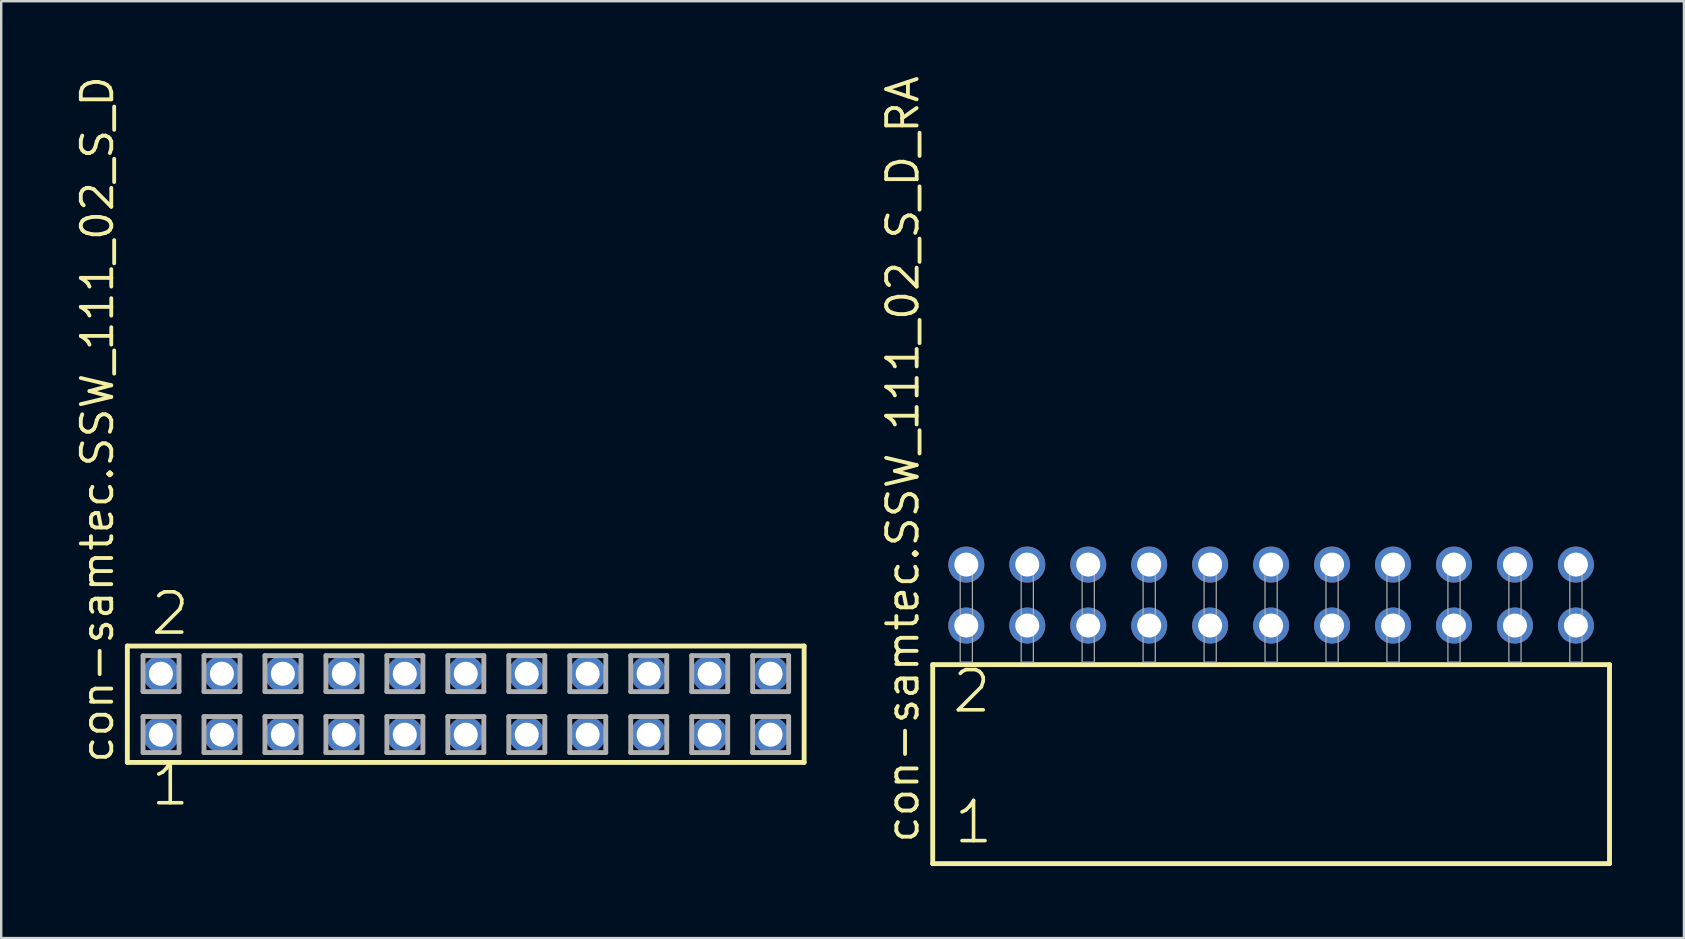
<source format=kicad_pcb>
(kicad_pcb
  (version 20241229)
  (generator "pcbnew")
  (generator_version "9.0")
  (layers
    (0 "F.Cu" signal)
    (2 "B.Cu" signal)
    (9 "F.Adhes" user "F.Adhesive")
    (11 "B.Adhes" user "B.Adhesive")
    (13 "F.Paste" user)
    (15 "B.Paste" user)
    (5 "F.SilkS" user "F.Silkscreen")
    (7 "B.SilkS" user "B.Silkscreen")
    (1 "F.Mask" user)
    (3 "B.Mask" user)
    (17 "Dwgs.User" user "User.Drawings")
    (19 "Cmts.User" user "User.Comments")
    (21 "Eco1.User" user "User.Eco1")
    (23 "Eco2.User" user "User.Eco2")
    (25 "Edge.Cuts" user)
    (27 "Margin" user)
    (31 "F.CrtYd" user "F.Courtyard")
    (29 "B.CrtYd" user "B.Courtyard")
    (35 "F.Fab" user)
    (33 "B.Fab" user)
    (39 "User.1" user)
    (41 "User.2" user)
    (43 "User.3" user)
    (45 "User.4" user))
  (footprint "con-samtec.SSW_111_02_S_D"
    (layer "F.Cu")
    (at 16.355 26.291)
    (property "Reference" "con-samtec.SSW_111_02_S_D" (at -14.605 2.54 90) (layer "F.SilkS") (effects (font (size 1.27 1.27) (thickness 0.16)) (justify left bottom)))
    (attr through_hole)
    (fp_line (start -14.099 -2.425) (end 14.099 -2.425) (stroke (width 0.203) (type default)) (layer "F.SilkS"))
    (fp_line (start -14.099 2.425) (end -14.099 -2.425) (stroke (width 0.203) (type default)) (layer "F.SilkS"))
    (fp_line (start 14.099 -2.425) (end 14.099 2.425) (stroke (width 0.203) (type default)) (layer "F.SilkS"))
    (fp_line (start 14.099 2.425) (end -14.099 2.425) (stroke (width 0.203) (type default)) (layer "F.SilkS"))
    (fp_line (start -13.445 -2.025) (end -11.945 -2.025) (stroke (width 0.203) (type default)) (layer "F.Fab"))
    (fp_line (start -13.445 -0.525) (end -13.445 -2.025) (stroke (width 0.203) (type default)) (layer "F.Fab"))
    (fp_line (start -13.445 0.515) (end -11.945 0.515) (stroke (width 0.203) (type default)) (layer "F.Fab"))
    (fp_line (start -13.445 2.015) (end -13.445 0.515) (stroke (width 0.203) (type default)) (layer "F.Fab"))
    (fp_line (start -11.945 -2.025) (end -11.945 -0.525) (stroke (width 0.203) (type default)) (layer "F.Fab"))
    (fp_line (start -11.945 -0.525) (end -13.445 -0.525) (stroke (width 0.203) (type default)) (layer "F.Fab"))
    (fp_line (start -11.945 0.515) (end -11.945 2.015) (stroke (width 0.203) (type default)) (layer "F.Fab"))
    (fp_line (start -11.945 2.015) (end -13.445 2.015) (stroke (width 0.203) (type default)) (layer "F.Fab"))
    (fp_line (start -10.905 -2.025) (end -9.405 -2.025) (stroke (width 0.203) (type default)) (layer "F.Fab"))
    (fp_line (start -10.905 -0.525) (end -10.905 -2.025) (stroke (width 0.203) (type default)) (layer "F.Fab"))
    (fp_line (start -10.905 0.515) (end -9.405 0.515) (stroke (width 0.203) (type default)) (layer "F.Fab"))
    (fp_line (start -10.905 2.015) (end -10.905 0.515) (stroke (width 0.203) (type default)) (layer "F.Fab"))
    (fp_line (start -9.405 -2.025) (end -9.405 -0.525) (stroke (width 0.203) (type default)) (layer "F.Fab"))
    (fp_line (start -9.405 -0.525) (end -10.905 -0.525) (stroke (width 0.203) (type default)) (layer "F.Fab"))
    (fp_line (start -9.405 0.515) (end -9.405 2.015) (stroke (width 0.203) (type default)) (layer "F.Fab"))
    (fp_line (start -9.405 2.015) (end -10.905 2.015) (stroke (width 0.203) (type default)) (layer "F.Fab"))
    (fp_line (start -8.365 -2.025) (end -6.865 -2.025) (stroke (width 0.203) (type default)) (layer "F.Fab"))
    (fp_line (start -8.365 -0.525) (end -8.365 -2.025) (stroke (width 0.203) (type default)) (layer "F.Fab"))
    (fp_line (start -8.365 0.515) (end -6.865 0.515) (stroke (width 0.203) (type default)) (layer "F.Fab"))
    (fp_line (start -8.365 2.015) (end -8.365 0.515) (stroke (width 0.203) (type default)) (layer "F.Fab"))
    (fp_line (start -6.865 -2.025) (end -6.865 -0.525) (stroke (width 0.203) (type default)) (layer "F.Fab"))
    (fp_line (start -6.865 -0.525) (end -8.365 -0.525) (stroke (width 0.203) (type default)) (layer "F.Fab"))
    (fp_line (start -6.865 0.515) (end -6.865 2.015) (stroke (width 0.203) (type default)) (layer "F.Fab"))
    (fp_line (start -6.865 2.015) (end -8.365 2.015) (stroke (width 0.203) (type default)) (layer "F.Fab"))
    (fp_line (start -5.825 -2.025) (end -4.325 -2.025) (stroke (width 0.203) (type default)) (layer "F.Fab"))
    (fp_line (start -5.825 -0.525) (end -5.825 -2.025) (stroke (width 0.203) (type default)) (layer "F.Fab"))
    (fp_line (start -5.825 0.515) (end -4.325 0.515) (stroke (width 0.203) (type default)) (layer "F.Fab"))
    (fp_line (start -5.825 2.015) (end -5.825 0.515) (stroke (width 0.203) (type default)) (layer "F.Fab"))
    (fp_line (start -4.325 -2.025) (end -4.325 -0.525) (stroke (width 0.203) (type default)) (layer "F.Fab"))
    (fp_line (start -4.325 -0.525) (end -5.825 -0.525) (stroke (width 0.203) (type default)) (layer "F.Fab"))
    (fp_line (start -4.325 0.515) (end -4.325 2.015) (stroke (width 0.203) (type default)) (layer "F.Fab"))
    (fp_line (start -4.325 2.015) (end -5.825 2.015) (stroke (width 0.203) (type default)) (layer "F.Fab"))
    (fp_line (start -3.285 -2.025) (end -1.785 -2.025) (stroke (width 0.203) (type default)) (layer "F.Fab"))
    (fp_line (start -3.285 -0.525) (end -3.285 -2.025) (stroke (width 0.203) (type default)) (layer "F.Fab"))
    (fp_line (start -3.285 0.515) (end -1.785 0.515) (stroke (width 0.203) (type default)) (layer "F.Fab"))
    (fp_line (start -3.285 2.015) (end -3.285 0.515) (stroke (width 0.203) (type default)) (layer "F.Fab"))
    (fp_line (start -1.785 -2.025) (end -1.785 -0.525) (stroke (width 0.203) (type default)) (layer "F.Fab"))
    (fp_line (start -1.785 -0.525) (end -3.285 -0.525) (stroke (width 0.203) (type default)) (layer "F.Fab"))
    (fp_line (start -1.785 0.515) (end -1.785 2.015) (stroke (width 0.203) (type default)) (layer "F.Fab"))
    (fp_line (start -1.785 2.015) (end -3.285 2.015) (stroke (width 0.203) (type default)) (layer "F.Fab"))
    (fp_line (start -0.745 -2.025) (end 0.755 -2.025) (stroke (width 0.203) (type default)) (layer "F.Fab"))
    (fp_line (start -0.745 -0.525) (end -0.745 -2.025) (stroke (width 0.203) (type default)) (layer "F.Fab"))
    (fp_line (start -0.745 0.515) (end 0.755 0.515) (stroke (width 0.203) (type default)) (layer "F.Fab"))
    (fp_line (start -0.745 2.015) (end -0.745 0.515) (stroke (width 0.203) (type default)) (layer "F.Fab"))
    (fp_line (start 0.755 -2.025) (end 0.755 -0.525) (stroke (width 0.203) (type default)) (layer "F.Fab"))
    (fp_line (start 0.755 -0.525) (end -0.745 -0.525) (stroke (width 0.203) (type default)) (layer "F.Fab"))
    (fp_line (start 0.755 0.515) (end 0.755 2.015) (stroke (width 0.203) (type default)) (layer "F.Fab"))
    (fp_line (start 0.755 2.015) (end -0.745 2.015) (stroke (width 0.203) (type default)) (layer "F.Fab"))
    (fp_line (start 1.795 -2.025) (end 3.295 -2.025) (stroke (width 0.203) (type default)) (layer "F.Fab"))
    (fp_line (start 1.795 -0.525) (end 1.795 -2.025) (stroke (width 0.203) (type default)) (layer "F.Fab"))
    (fp_line (start 1.795 0.515) (end 3.295 0.515) (stroke (width 0.203) (type default)) (layer "F.Fab"))
    (fp_line (start 1.795 2.015) (end 1.795 0.515) (stroke (width 0.203) (type default)) (layer "F.Fab"))
    (fp_line (start 3.295 -2.025) (end 3.295 -0.525) (stroke (width 0.203) (type default)) (layer "F.Fab"))
    (fp_line (start 3.295 -0.525) (end 1.795 -0.525) (stroke (width 0.203) (type default)) (layer "F.Fab"))
    (fp_line (start 3.295 0.515) (end 3.295 2.015) (stroke (width 0.203) (type default)) (layer "F.Fab"))
    (fp_line (start 3.295 2.015) (end 1.795 2.015) (stroke (width 0.203) (type default)) (layer "F.Fab"))
    (fp_line (start 4.335 -2.025) (end 5.835 -2.025) (stroke (width 0.203) (type default)) (layer "F.Fab"))
    (fp_line (start 4.335 -0.525) (end 4.335 -2.025) (stroke (width 0.203) (type default)) (layer "F.Fab"))
    (fp_line (start 4.335 0.515) (end 5.835 0.515) (stroke (width 0.203) (type default)) (layer "F.Fab"))
    (fp_line (start 4.335 2.015) (end 4.335 0.515) (stroke (width 0.203) (type default)) (layer "F.Fab"))
    (fp_line (start 5.835 -2.025) (end 5.835 -0.525) (stroke (width 0.203) (type default)) (layer "F.Fab"))
    (fp_line (start 5.835 -0.525) (end 4.335 -0.525) (stroke (width 0.203) (type default)) (layer "F.Fab"))
    (fp_line (start 5.835 0.515) (end 5.835 2.015) (stroke (width 0.203) (type default)) (layer "F.Fab"))
    (fp_line (start 5.835 2.015) (end 4.335 2.015) (stroke (width 0.203) (type default)) (layer "F.Fab"))
    (fp_line (start 6.875 -2.025) (end 8.375 -2.025) (stroke (width 0.203) (type default)) (layer "F.Fab"))
    (fp_line (start 6.875 -0.525) (end 6.875 -2.025) (stroke (width 0.203) (type default)) (layer "F.Fab"))
    (fp_line (start 6.875 0.515) (end 8.375 0.515) (stroke (width 0.203) (type default)) (layer "F.Fab"))
    (fp_line (start 6.875 2.015) (end 6.875 0.515) (stroke (width 0.203) (type default)) (layer "F.Fab"))
    (fp_line (start 8.375 -2.025) (end 8.375 -0.525) (stroke (width 0.203) (type default)) (layer "F.Fab"))
    (fp_line (start 8.375 -0.525) (end 6.875 -0.525) (stroke (width 0.203) (type default)) (layer "F.Fab"))
    (fp_line (start 8.375 0.515) (end 8.375 2.015) (stroke (width 0.203) (type default)) (layer "F.Fab"))
    (fp_line (start 8.375 2.015) (end 6.875 2.015) (stroke (width 0.203) (type default)) (layer "F.Fab"))
    (fp_line (start 9.415 -2.025) (end 10.915 -2.025) (stroke (width 0.203) (type default)) (layer "F.Fab"))
    (fp_line (start 9.415 -0.525) (end 9.415 -2.025) (stroke (width 0.203) (type default)) (layer "F.Fab"))
    (fp_line (start 9.415 0.515) (end 10.915 0.515) (stroke (width 0.203) (type default)) (layer "F.Fab"))
    (fp_line (start 9.415 2.015) (end 9.415 0.515) (stroke (width 0.203) (type default)) (layer "F.Fab"))
    (fp_line (start 10.915 -2.025) (end 10.915 -0.525) (stroke (width 0.203) (type default)) (layer "F.Fab"))
    (fp_line (start 10.915 -0.525) (end 9.415 -0.525) (stroke (width 0.203) (type default)) (layer "F.Fab"))
    (fp_line (start 10.915 0.515) (end 10.915 2.015) (stroke (width 0.203) (type default)) (layer "F.Fab"))
    (fp_line (start 10.915 2.015) (end 9.415 2.015) (stroke (width 0.203) (type default)) (layer "F.Fab"))
    (fp_line (start 11.955 -2.025) (end 13.455 -2.025) (stroke (width 0.203) (type default)) (layer "F.Fab"))
    (fp_line (start 11.955 -0.525) (end 11.955 -2.025) (stroke (width 0.203) (type default)) (layer "F.Fab"))
    (fp_line (start 11.955 0.515) (end 13.455 0.515) (stroke (width 0.203) (type default)) (layer "F.Fab"))
    (fp_line (start 11.955 2.015) (end 11.955 0.515) (stroke (width 0.203) (type default)) (layer "F.Fab"))
    (fp_line (start 13.455 -2.025) (end 13.455 -0.525) (stroke (width 0.203) (type default)) (layer "F.Fab"))
    (fp_line (start 13.455 -0.525) (end 11.955 -0.525) (stroke (width 0.203) (type default)) (layer "F.Fab"))
    (fp_line (start 13.455 0.515) (end 13.455 2.015) (stroke (width 0.203) (type default)) (layer "F.Fab"))
    (fp_line (start 13.455 2.015) (end 11.955 2.015) (stroke (width 0.203) (type default)) (layer "F.Fab"))
    (fp_text user "1" (at -13.208 4.318 0) (layer "F.SilkS") (effects (font (size 1.676 1.676) (thickness 0.15)) (justify left bottom)))
    (fp_text user "2" (at -13.208 -2.794 0) (layer "F.SilkS") (effects (font (size 1.676 1.676) (thickness 0.15)) (justify left bottom)))
    (pad "1" thru_hole circle (at -12.7 1.27) (size 1.5 1.5) (drill 1) (layers "*.Cu" "*.Mask"))
    (pad "2" thru_hole circle (at -12.7 -1.27) (size 1.5 1.5) (drill 1) (layers "*.Cu" "*.Mask"))
    (pad "3" thru_hole circle (at -10.16 1.27) (size 1.5 1.5) (drill 1) (layers "*.Cu" "*.Mask"))
    (pad "4" thru_hole circle (at -10.16 -1.27) (size 1.5 1.5) (drill 1) (layers "*.Cu" "*.Mask"))
    (pad "5" thru_hole circle (at -7.62 1.27) (size 1.5 1.5) (drill 1) (layers "*.Cu" "*.Mask"))
    (pad "6" thru_hole circle (at -7.62 -1.27) (size 1.5 1.5) (drill 1) (layers "*.Cu" "*.Mask"))
    (pad "7" thru_hole circle (at -5.08 1.27) (size 1.5 1.5) (drill 1) (layers "*.Cu" "*.Mask"))
    (pad "8" thru_hole circle (at -5.08 -1.27) (size 1.5 1.5) (drill 1) (layers "*.Cu" "*.Mask"))
    (pad "9" thru_hole circle (at -2.54 1.27) (size 1.5 1.5) (drill 1) (layers "*.Cu" "*.Mask"))
    (pad "10" thru_hole circle (at -2.54 -1.27) (size 1.5 1.5) (drill 1) (layers "*.Cu" "*.Mask"))
    (pad "11" thru_hole circle (at 0 1.27) (size 1.5 1.5) (drill 1) (layers "*.Cu" "*.Mask"))
    (pad "12" thru_hole circle (at 0 -1.27) (size 1.5 1.5) (drill 1) (layers "*.Cu" "*.Mask"))
    (pad "13" thru_hole circle (at 2.54 1.27) (size 1.5 1.5) (drill 1) (layers "*.Cu" "*.Mask"))
    (pad "14" thru_hole circle (at 2.54 -1.27) (size 1.5 1.5) (drill 1) (layers "*.Cu" "*.Mask"))
    (pad "15" thru_hole circle (at 5.08 1.27) (size 1.5 1.5) (drill 1) (layers "*.Cu" "*.Mask"))
    (pad "16" thru_hole circle (at 5.08 -1.27) (size 1.5 1.5) (drill 1) (layers "*.Cu" "*.Mask"))
    (pad "17" thru_hole circle (at 7.62 1.27) (size 1.5 1.5) (drill 1) (layers "*.Cu" "*.Mask"))
    (pad "18" thru_hole circle (at 7.62 -1.27) (size 1.5 1.5) (drill 1) (layers "*.Cu" "*.Mask"))
    (pad "19" thru_hole circle (at 10.16 1.27) (size 1.5 1.5) (drill 1) (layers "*.Cu" "*.Mask"))
    (pad "20" thru_hole circle (at 10.16 -1.27) (size 1.5 1.5) (drill 1) (layers "*.Cu" "*.Mask"))
    (pad "21" thru_hole circle (at 12.7 1.27) (size 1.5 1.5) (drill 1) (layers "*.Cu" "*.Mask"))
    (pad "22" thru_hole circle (at 12.7 -1.27) (size 1.5 1.5) (drill 1) (layers "*.Cu" "*.Mask")))
  (footprint "con-samtec.SSW_111_02_S_D_RA"
    (layer "F.Cu")
    (at 49.911 24.537)
    (property "Reference" "con-samtec.SSW_111_02_S_D_RA" (at -14.605 7.62 90) (layer "F.SilkS") (effects (font (size 1.27 1.27) (thickness 0.16)) (justify left bottom)))
    (attr through_hole)
    (fp_line (start -14.099 0.106) (end -14.099 8.396) (stroke (width 0.203) (type default)) (layer "F.SilkS"))
    (fp_line (start -14.099 8.396) (end 14.099 8.396) (stroke (width 0.203) (type default)) (layer "F.SilkS"))
    (fp_line (start 14.099 0.106) (end -14.099 0.106) (stroke (width 0.203) (type default)) (layer "F.SilkS"))
    (fp_line (start 14.099 8.396) (end 14.099 0.106) (stroke (width 0.203) (type default)) (layer "F.SilkS"))
    (fp_rect (start -12.954 0) (end -12.446 -4.318) (stroke (width 0.05) (type default)) (fill no) (layer "F.Fab"))
    (fp_rect (start -10.414 0) (end -9.906 -4.318) (stroke (width 0.05) (type default)) (fill no) (layer "F.Fab"))
    (fp_rect (start -7.874 0) (end -7.366 -4.318) (stroke (width 0.05) (type default)) (fill no) (layer "F.Fab"))
    (fp_rect (start -5.334 0) (end -4.826 -4.318) (stroke (width 0.05) (type default)) (fill no) (layer "F.Fab"))
    (fp_rect (start -2.794 0) (end -2.286 -4.318) (stroke (width 0.05) (type default)) (fill no) (layer "F.Fab"))
    (fp_rect (start -0.254 0) (end 0.254 -4.318) (stroke (width 0.05) (type default)) (fill no) (layer "F.Fab"))
    (fp_rect (start 2.286 0) (end 2.794 -4.318) (stroke (width 0.05) (type default)) (fill no) (layer "F.Fab"))
    (fp_rect (start 4.826 0) (end 5.334 -4.318) (stroke (width 0.05) (type default)) (fill no) (layer "F.Fab"))
    (fp_rect (start 7.366 0) (end 7.874 -4.318) (stroke (width 0.05) (type default)) (fill no) (layer "F.Fab"))
    (fp_rect (start 9.906 0) (end 10.414 -4.318) (stroke (width 0.05) (type default)) (fill no) (layer "F.Fab"))
    (fp_rect (start 12.446 0) (end 12.954 -4.318) (stroke (width 0.05) (type default)) (fill no) (layer "F.Fab"))
    (fp_text user "2" (at -13.37 2.2 0) (layer "F.SilkS") (effects (font (size 1.676 1.676) (thickness 0.15)) (justify left bottom)))
    (fp_text user "1" (at -13.295 7.65 0) (layer "F.SilkS") (effects (font (size 1.676 1.676) (thickness 0.15)) (justify left bottom)))
    (pad "1" thru_hole circle (at -12.7 -1.524) (size 1.5 1.5) (drill 1) (layers "*.Cu" "*.Mask"))
    (pad "2" thru_hole circle (at -12.7 -4.064) (size 1.5 1.5) (drill 1) (layers "*.Cu" "*.Mask"))
    (pad "3" thru_hole circle (at -10.16 -1.524) (size 1.5 1.5) (drill 1) (layers "*.Cu" "*.Mask"))
    (pad "4" thru_hole circle (at -10.16 -4.064) (size 1.5 1.5) (drill 1) (layers "*.Cu" "*.Mask"))
    (pad "5" thru_hole circle (at -7.62 -1.524) (size 1.5 1.5) (drill 1) (layers "*.Cu" "*.Mask"))
    (pad "6" thru_hole circle (at -7.62 -4.064) (size 1.5 1.5) (drill 1) (layers "*.Cu" "*.Mask"))
    (pad "7" thru_hole circle (at -5.08 -1.524) (size 1.5 1.5) (drill 1) (layers "*.Cu" "*.Mask"))
    (pad "8" thru_hole circle (at -5.08 -4.064) (size 1.5 1.5) (drill 1) (layers "*.Cu" "*.Mask"))
    (pad "9" thru_hole circle (at -2.54 -1.524) (size 1.5 1.5) (drill 1) (layers "*.Cu" "*.Mask"))
    (pad "10" thru_hole circle (at -2.54 -4.064) (size 1.5 1.5) (drill 1) (layers "*.Cu" "*.Mask"))
    (pad "11" thru_hole circle (at 0 -1.524) (size 1.5 1.5) (drill 1) (layers "*.Cu" "*.Mask"))
    (pad "12" thru_hole circle (at 0 -4.064) (size 1.5 1.5) (drill 1) (layers "*.Cu" "*.Mask"))
    (pad "13" thru_hole circle (at 2.54 -1.524) (size 1.5 1.5) (drill 1) (layers "*.Cu" "*.Mask"))
    (pad "14" thru_hole circle (at 2.54 -4.064) (size 1.5 1.5) (drill 1) (layers "*.Cu" "*.Mask"))
    (pad "15" thru_hole circle (at 5.08 -1.524) (size 1.5 1.5) (drill 1) (layers "*.Cu" "*.Mask"))
    (pad "16" thru_hole circle (at 5.08 -4.064) (size 1.5 1.5) (drill 1) (layers "*.Cu" "*.Mask"))
    (pad "17" thru_hole circle (at 7.62 -1.524) (size 1.5 1.5) (drill 1) (layers "*.Cu" "*.Mask"))
    (pad "18" thru_hole circle (at 7.62 -4.064) (size 1.5 1.5) (drill 1) (layers "*.Cu" "*.Mask"))
    (pad "19" thru_hole circle (at 10.16 -1.524) (size 1.5 1.5) (drill 1) (layers "*.Cu" "*.Mask"))
    (pad "20" thru_hole circle (at 10.16 -4.064) (size 1.5 1.5) (drill 1) (layers "*.Cu" "*.Mask"))
    (pad "21" thru_hole circle (at 12.7 -1.524) (size 1.5 1.5) (drill 1) (layers "*.Cu" "*.Mask"))
    (pad "22" thru_hole circle (at 12.7 -4.064) (size 1.5 1.5) (drill 1) (layers "*.Cu" "*.Mask")))
  (gr_rect
    (start -3 -3)
    (end 67.111 36.035)
    (stroke (width 0.1) (type default))
    (fill no)
    (layer "Edge.Cuts")))
</source>
